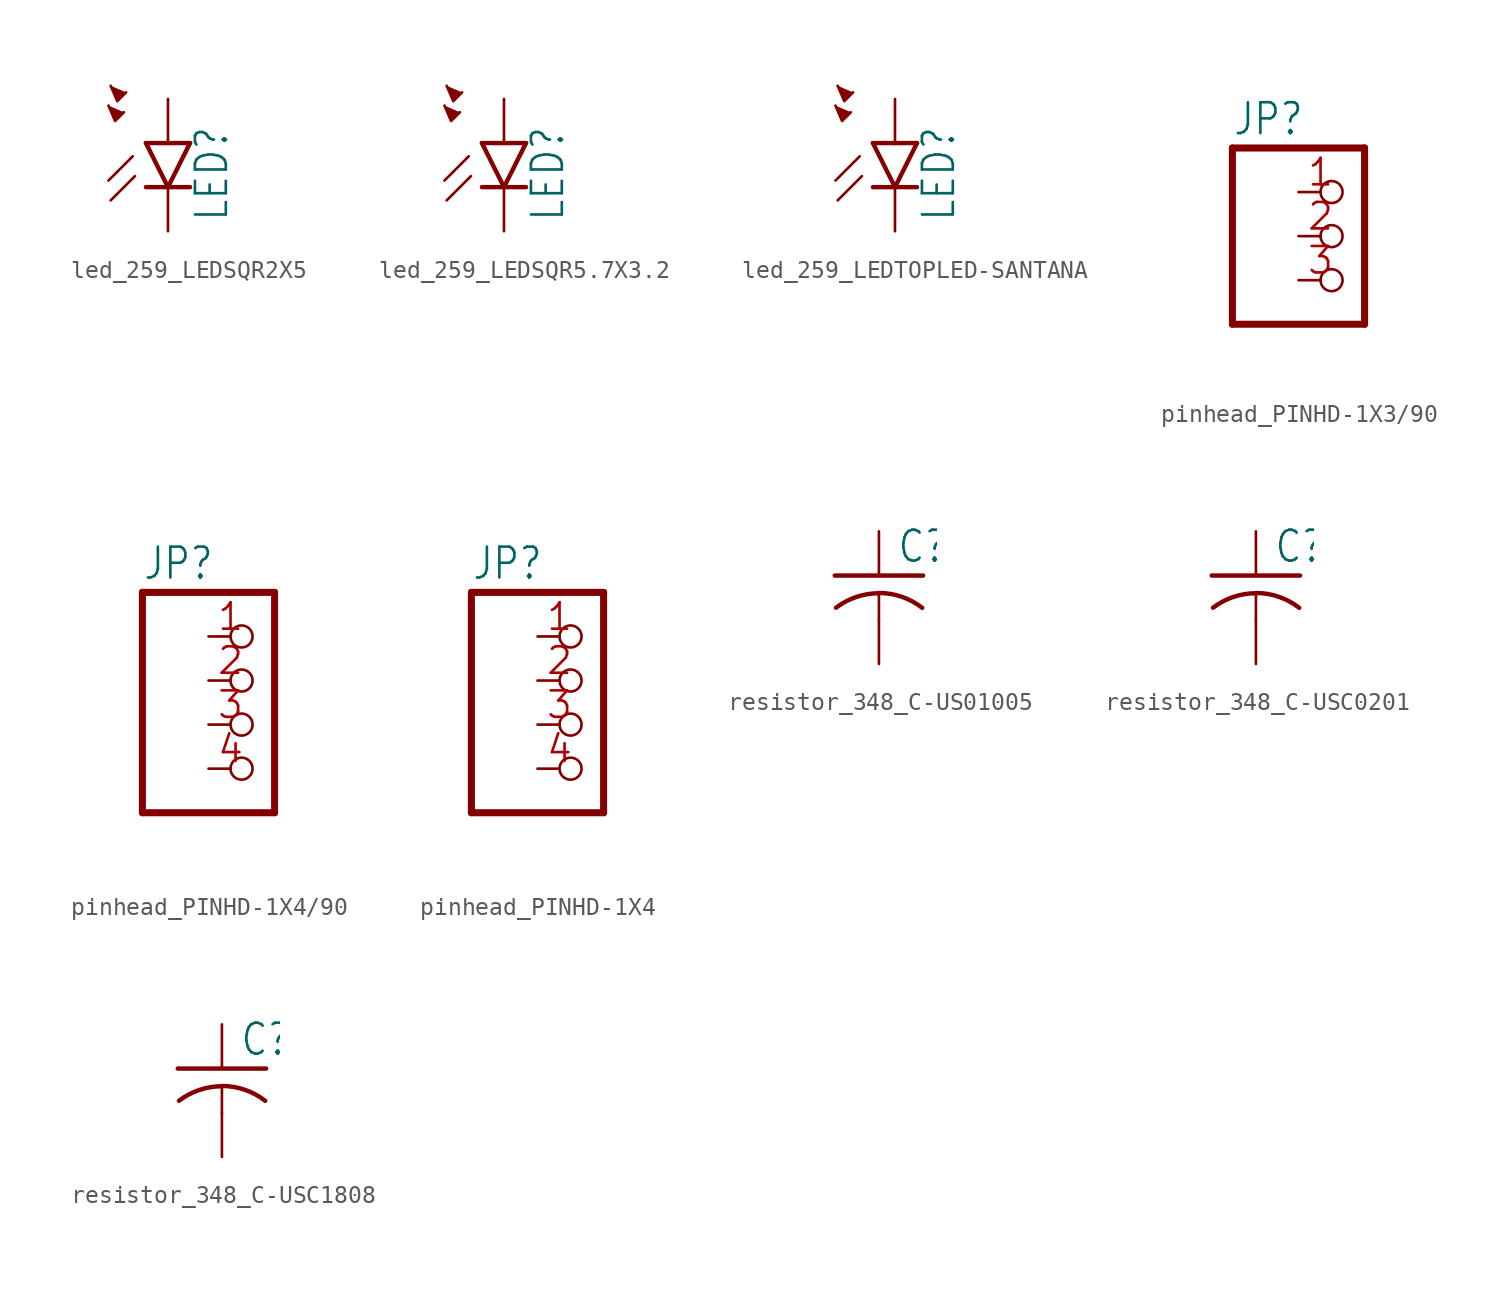
<source format=kicad_sym>
(kicad_symbol_lib
  (version 20241209)
  (generator "kicad_symbol_editor")
  (generator_version "9.0")
  (symbol "led_259_LEDSQR2X5"
    (property "Reference" "LED"
      (at 3.556 -4.572 90)
      (effects (font (size 1.778 1.511)) (justify left bottom)))
    (property "Value" ""
      (at 5.715 -4.572 90)
      (effects (font (size 1.778 1.511)) (justify left bottom)))
    (property "ki_locked" ""
      (at 0 0 0)
      (effects (font (size 1.27 1.27))))
    (symbol "led_259_LEDSQR2X5_1_0"
      (polyline (pts (xy -3.429 2.159) (xy -3.048 1.27) (xy -2.54 1.778)) (stroke (width 0.152) (type solid)) (fill (type outline)))
      (polyline (pts (xy -3.302 3.302) (xy -2.921 2.413) (xy -2.413 2.921)) (stroke (width 0.152) (type solid)) (fill (type outline)))
      (polyline (pts (xy -2.032 -0.762) (xy -3.429 -2.159)) (stroke (width 0.152) (type solid)) (fill (type none)))
      (polyline (pts (xy -1.905 -1.905) (xy -3.302 -3.302)) (stroke (width 0.152) (type solid)) (fill (type none)))
      (polyline (pts (xy 0 0) (xy -1.27 0)) (stroke (width 0.254) (type solid)) (fill (type none)))
      (polyline (pts (xy 0 -2.54) (xy -1.27 0)) (stroke (width 0.254) (type solid)) (fill (type none)))
      (polyline (pts (xy 0 -2.54) (xy -1.27 -2.54)) (stroke (width 0.254) (type solid)) (fill (type none)))
      (polyline (pts (xy 1.27 0) (xy 0 0)) (stroke (width 0.254) (type solid)) (fill (type none)))
      (polyline (pts (xy 1.27 0) (xy 0 -2.54)) (stroke (width 0.254) (type solid)) (fill (type none)))
      (polyline (pts (xy 1.27 -2.54) (xy 0 -2.54)) (stroke (width 0.254) (type solid)) (fill (type none)))
      (pin passive line (at 0 2.54 270) (length 2.54) (name "A" (effects (font (size 0 0)))) (number "A" (effects (font (size 0 0)))))
      (pin passive line (at 0 -5.08 90) (length 2.54) (name "C" (effects (font (size 0 0)))) (number "K" (effects (font (size 0 0)))))))
  (symbol "led_259_LEDSQR5.7X3.2"
    (property "Reference" "LED"
      (at 3.556 -4.572 90)
      (effects (font (size 1.778 1.511)) (justify left bottom)))
    (property "Value" ""
      (at 5.715 -4.572 90)
      (effects (font (size 1.778 1.511)) (justify left bottom)))
    (property "ki_locked" ""
      (at 0 0 0)
      (effects (font (size 1.27 1.27))))
    (symbol "led_259_LEDSQR5.7X3.2_1_0"
      (polyline (pts (xy -3.429 2.159) (xy -3.048 1.27) (xy -2.54 1.778)) (stroke (width 0.152) (type solid)) (fill (type outline)))
      (polyline (pts (xy -3.302 3.302) (xy -2.921 2.413) (xy -2.413 2.921)) (stroke (width 0.152) (type solid)) (fill (type outline)))
      (polyline (pts (xy -2.032 -0.762) (xy -3.429 -2.159)) (stroke (width 0.152) (type solid)) (fill (type none)))
      (polyline (pts (xy -1.905 -1.905) (xy -3.302 -3.302)) (stroke (width 0.152) (type solid)) (fill (type none)))
      (polyline (pts (xy 0 0) (xy -1.27 0)) (stroke (width 0.254) (type solid)) (fill (type none)))
      (polyline (pts (xy 0 -2.54) (xy -1.27 0)) (stroke (width 0.254) (type solid)) (fill (type none)))
      (polyline (pts (xy 0 -2.54) (xy -1.27 -2.54)) (stroke (width 0.254) (type solid)) (fill (type none)))
      (polyline (pts (xy 1.27 0) (xy 0 0)) (stroke (width 0.254) (type solid)) (fill (type none)))
      (polyline (pts (xy 1.27 0) (xy 0 -2.54)) (stroke (width 0.254) (type solid)) (fill (type none)))
      (polyline (pts (xy 1.27 -2.54) (xy 0 -2.54)) (stroke (width 0.254) (type solid)) (fill (type none)))
      (pin passive line (at 0 2.54 270) (length 2.54) (name "A" (effects (font (size 0 0)))) (number "A" (effects (font (size 0 0)))))
      (pin passive line (at 0 -5.08 90) (length 2.54) (name "C" (effects (font (size 0 0)))) (number "K" (effects (font (size 0 0)))))))
  (symbol "led_259_LEDTOPLED-SANTANA"
    (property "Reference" "LED"
      (at 3.556 -4.572 90)
      (effects (font (size 1.778 1.511)) (justify left bottom)))
    (property "Value" ""
      (at 5.715 -4.572 90)
      (effects (font (size 1.778 1.511)) (justify left bottom)))
    (property "ki_locked" ""
      (at 0 0 0)
      (effects (font (size 1.27 1.27))))
    (symbol "led_259_LEDTOPLED-SANTANA_1_0"
      (polyline (pts (xy -3.429 2.159) (xy -3.048 1.27) (xy -2.54 1.778)) (stroke (width 0.152) (type solid)) (fill (type outline)))
      (polyline (pts (xy -3.302 3.302) (xy -2.921 2.413) (xy -2.413 2.921)) (stroke (width 0.152) (type solid)) (fill (type outline)))
      (polyline (pts (xy -2.032 -0.762) (xy -3.429 -2.159)) (stroke (width 0.152) (type solid)) (fill (type none)))
      (polyline (pts (xy -1.905 -1.905) (xy -3.302 -3.302)) (stroke (width 0.152) (type solid)) (fill (type none)))
      (polyline (pts (xy 0 0) (xy -1.27 0)) (stroke (width 0.254) (type solid)) (fill (type none)))
      (polyline (pts (xy 0 -2.54) (xy -1.27 0)) (stroke (width 0.254) (type solid)) (fill (type none)))
      (polyline (pts (xy 0 -2.54) (xy -1.27 -2.54)) (stroke (width 0.254) (type solid)) (fill (type none)))
      (polyline (pts (xy 1.27 0) (xy 0 0)) (stroke (width 0.254) (type solid)) (fill (type none)))
      (polyline (pts (xy 1.27 0) (xy 0 -2.54)) (stroke (width 0.254) (type solid)) (fill (type none)))
      (polyline (pts (xy 1.27 -2.54) (xy 0 -2.54)) (stroke (width 0.254) (type solid)) (fill (type none)))
      (pin passive line (at 0 2.54 270) (length 2.54) (name "A" (effects (font (size 0 0)))) (number "A" (effects (font (size 0 0)))))
      (pin passive line (at 0 -5.08 90) (length 2.54) (name "C" (effects (font (size 0 0)))) (number "C" (effects (font (size 0 0)))))))
  (symbol "pinhead_PINHD-1X3/90"
    (property "Reference" "JP"
      (at -6.35 5.715 0)
      (effects (font (size 1.778 1.511)) (justify left bottom)))
    (property "Value" ""
      (at -6.35 -7.62 0)
      (effects (font (size 1.778 1.511)) (justify left bottom)))
    (property "ki_locked" ""
      (at 0 0 0)
      (effects (font (size 1.27 1.27))))
    (symbol "pinhead_PINHD-1X3/90_1_0"
      (polyline (pts (xy -6.35 5.08) (xy -6.35 -5.08)) (stroke (width 0.406) (type solid)) (fill (type none)))
      (polyline (pts (xy -6.35 -5.08) (xy 1.27 -5.08)) (stroke (width 0.406) (type solid)) (fill (type none)))
      (polyline (pts (xy 1.27 5.08) (xy -6.35 5.08)) (stroke (width 0.406) (type solid)) (fill (type none)))
      (polyline (pts (xy 1.27 -5.08) (xy 1.27 5.08)) (stroke (width 0.406) (type solid)) (fill (type none)))
      (pin passive inverted (at -2.54 2.54 0) (length 2.54) (name "1" (effects (font (size 0 0)))) (number "1" (effects (font (size 1.524 1.524)))))
      (pin passive inverted (at -2.54 0 0) (length 2.54) (name "2" (effects (font (size 0 0)))) (number "2" (effects (font (size 1.524 1.524)))))
      (pin passive inverted (at -2.54 -2.54 0) (length 2.54) (name "3" (effects (font (size 0 0)))) (number "3" (effects (font (size 1.524 1.524)))))))
  (symbol "pinhead_PINHD-1X4/90"
    (property "Reference" "JP"
      (at -6.35 8.255 0)
      (effects (font (size 1.778 1.511)) (justify left bottom)))
    (property "Value" ""
      (at -6.35 -7.62 0)
      (effects (font (size 1.778 1.511)) (justify left bottom)))
    (property "ki_locked" ""
      (at 0 0 0)
      (effects (font (size 1.27 1.27))))
    (symbol "pinhead_PINHD-1X4/90_1_0"
      (polyline (pts (xy -6.35 7.62) (xy -6.35 -5.08)) (stroke (width 0.406) (type solid)) (fill (type none)))
      (polyline (pts (xy -6.35 -5.08) (xy 1.27 -5.08)) (stroke (width 0.406) (type solid)) (fill (type none)))
      (polyline (pts (xy 1.27 7.62) (xy -6.35 7.62)) (stroke (width 0.406) (type solid)) (fill (type none)))
      (polyline (pts (xy 1.27 -5.08) (xy 1.27 7.62)) (stroke (width 0.406) (type solid)) (fill (type none)))
      (pin passive inverted (at -2.54 5.08 0) (length 2.54) (name "1" (effects (font (size 0 0)))) (number "1" (effects (font (size 1.524 1.524)))))
      (pin passive inverted (at -2.54 2.54 0) (length 2.54) (name "2" (effects (font (size 0 0)))) (number "2" (effects (font (size 1.524 1.524)))))
      (pin passive inverted (at -2.54 0 0) (length 2.54) (name "3" (effects (font (size 0 0)))) (number "3" (effects (font (size 1.524 1.524)))))
      (pin passive inverted (at -2.54 -2.54 0) (length 2.54) (name "4" (effects (font (size 0 0)))) (number "4" (effects (font (size 1.524 1.524)))))))
  (symbol "pinhead_PINHD-1X4"
    (property "Reference" "JP"
      (at -6.35 8.255 0)
      (effects (font (size 1.778 1.511)) (justify left bottom)))
    (property "Value" ""
      (at -6.35 -7.62 0)
      (effects (font (size 1.778 1.511)) (justify left bottom)))
    (property "ki_locked" ""
      (at 0 0 0)
      (effects (font (size 1.27 1.27))))
    (symbol "pinhead_PINHD-1X4_1_0"
      (polyline (pts (xy -6.35 7.62) (xy -6.35 -5.08)) (stroke (width 0.406) (type solid)) (fill (type none)))
      (polyline (pts (xy -6.35 -5.08) (xy 1.27 -5.08)) (stroke (width 0.406) (type solid)) (fill (type none)))
      (polyline (pts (xy 1.27 7.62) (xy -6.35 7.62)) (stroke (width 0.406) (type solid)) (fill (type none)))
      (polyline (pts (xy 1.27 -5.08) (xy 1.27 7.62)) (stroke (width 0.406) (type solid)) (fill (type none)))
      (pin passive inverted (at -2.54 5.08 0) (length 2.54) (name "1" (effects (font (size 0 0)))) (number "1" (effects (font (size 1.524 1.524)))))
      (pin passive inverted (at -2.54 2.54 0) (length 2.54) (name "2" (effects (font (size 0 0)))) (number "2" (effects (font (size 1.524 1.524)))))
      (pin passive inverted (at -2.54 0 0) (length 2.54) (name "3" (effects (font (size 0 0)))) (number "3" (effects (font (size 1.524 1.524)))))
      (pin passive inverted (at -2.54 -2.54 0) (length 2.54) (name "4" (effects (font (size 0 0)))) (number "4" (effects (font (size 1.524 1.524)))))))
  (symbol "resistor_348_C-US01005"
    (property "Reference" "C"
      (at 1.016 0.635 0)
      (effects (font (size 1.778 1.511)) (justify left bottom)))
    (property "Value" ""
      (at 1.016 -4.191 0)
      (effects (font (size 1.778 1.511)) (justify left bottom)))
    (property "ki_locked" ""
      (at 0 0 0)
      (effects (font (size 1.27 1.27))))
    (symbol "resistor_348_C-US01005_1_0"
      (polyline (pts (xy -2.54 0) (xy 2.54 0)) (stroke (width 0.254) (type solid)) (fill (type none)))
      (polyline (pts (xy 0 -1.016) (xy 0 -2.54)) (stroke (width 0.152) (type solid)) (fill (type none)))
      (arc (start 0 -1) (mid 1.3158 -1.2195) (end 2.4892 -1.8541) (stroke (width 0.254) (type solid)) (fill (type none)))
      (arc (start -2.4668 -1.8504) (mid -1.302 -1.2303) (end 0 -1.0161) (stroke (width 0.254) (type solid)) (fill (type none)))
      (pin passive line (at 0 2.54 270) (length 2.54) (name "1" (effects (font (size 0 0)))) (number "1" (effects (font (size 0 0)))))
      (pin passive line (at 0 -5.08 90) (length 2.54) (name "2" (effects (font (size 0 0)))) (number "2" (effects (font (size 0 0)))))))
  (symbol "resistor_348_C-USC0201"
    (property "Reference" "C"
      (at 1.016 0.635 0)
      (effects (font (size 1.778 1.511)) (justify left bottom)))
    (property "Value" ""
      (at 1.016 -4.191 0)
      (effects (font (size 1.778 1.511)) (justify left bottom)))
    (property "ki_locked" ""
      (at 0 0 0)
      (effects (font (size 1.27 1.27))))
    (symbol "resistor_348_C-USC0201_1_0"
      (polyline (pts (xy -2.54 0) (xy 2.54 0)) (stroke (width 0.254) (type solid)) (fill (type none)))
      (polyline (pts (xy 0 -1.016) (xy 0 -2.54)) (stroke (width 0.152) (type solid)) (fill (type none)))
      (arc (start 0 -1) (mid 1.3158 -1.2195) (end 2.4892 -1.8541) (stroke (width 0.254) (type solid)) (fill (type none)))
      (arc (start -2.4668 -1.8504) (mid -1.302 -1.2303) (end 0 -1.0161) (stroke (width 0.254) (type solid)) (fill (type none)))
      (pin passive line (at 0 2.54 270) (length 2.54) (name "1" (effects (font (size 0 0)))) (number "1" (effects (font (size 0 0)))))
      (pin passive line (at 0 -5.08 90) (length 2.54) (name "2" (effects (font (size 0 0)))) (number "2" (effects (font (size 0 0)))))))
  (symbol "resistor_348_C-USC1808"
    (property "Reference" "C"
      (at 1.016 0.635 0)
      (effects (font (size 1.778 1.511)) (justify left bottom)))
    (property "Value" ""
      (at 1.016 -4.191 0)
      (effects (font (size 1.778 1.511)) (justify left bottom)))
    (property "ki_locked" ""
      (at 0 0 0)
      (effects (font (size 1.27 1.27))))
    (symbol "resistor_348_C-USC1808_1_0"
      (polyline (pts (xy -2.54 0) (xy 2.54 0)) (stroke (width 0.254) (type solid)) (fill (type none)))
      (polyline (pts (xy 0 -1.016) (xy 0 -2.54)) (stroke (width 0.152) (type solid)) (fill (type none)))
      (arc (start 0 -1) (mid 1.3158 -1.2195) (end 2.4892 -1.8541) (stroke (width 0.254) (type solid)) (fill (type none)))
      (arc (start -2.4668 -1.8504) (mid -1.302 -1.2303) (end 0 -1.0161) (stroke (width 0.254) (type solid)) (fill (type none)))
      (pin passive line (at 0 2.54 270) (length 2.54) (name "1" (effects (font (size 0 0)))) (number "1" (effects (font (size 0 0)))))
      (pin passive line (at 0 -5.08 90) (length 2.54) (name "2" (effects (font (size 0 0)))) (number "2" (effects (font (size 0 0))))))))
</source>
